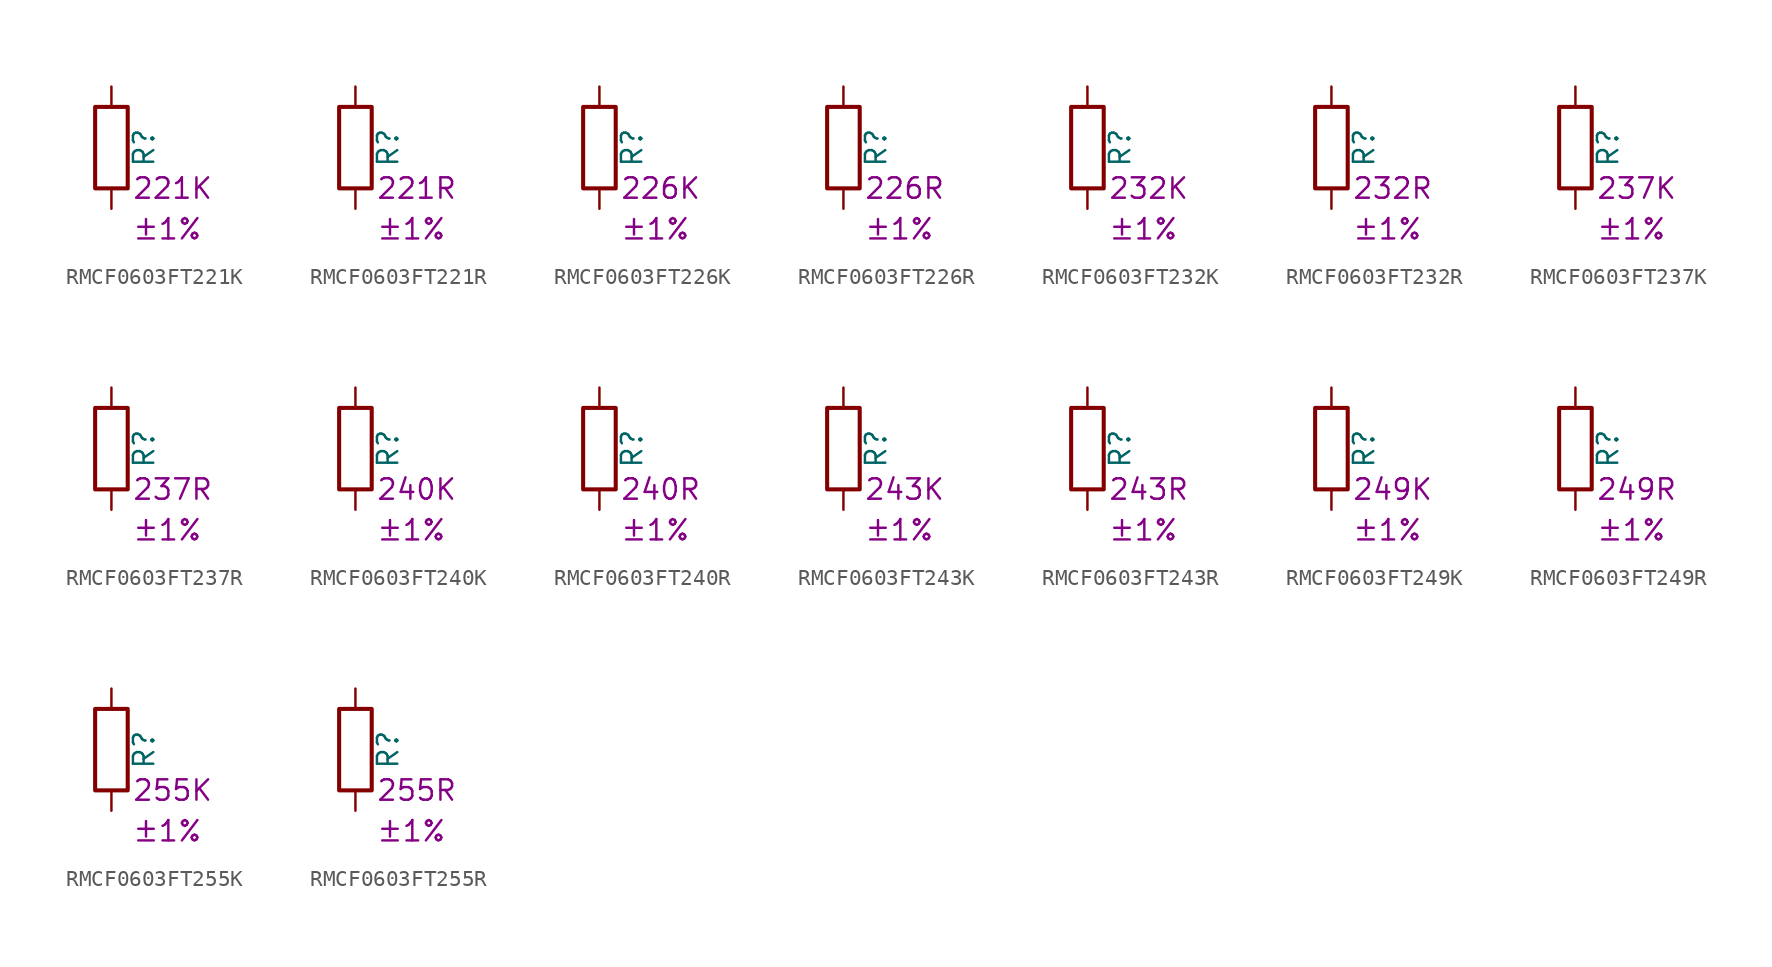
<source format=kicad_sym>
(kicad_symbol_lib
  (version 20220914)
  (generator kicad_symbol_editor)
  (symbol "RMCF0603FT221K"
    (pin_numbers hide)
    (pin_names
      (offset 0))
    (property "Reference" "R"
      (at 2.032 0 90)
      (effects (font (size 1.27 1.27))))
    (property "Resistance" "221K"
      (at 1.27 -2.54 0)
      (effects (font (size 1.27 1.27)) (justify left)))
    (property "Tolerance" "±1%"
      (at 1.27 -5.08 0)
      (effects (font (size 1.27 1.27)) (justify left)))
    (symbol "RMCF0603FT221K_0_1"
      (rectangle (start -1.016 -2.54) (end 1.016 2.54) (stroke (width 0.254) (type default)) (fill (type none))))
    (symbol "RMCF0603FT221K_1_1"
      (pin passive line (at 0 3.81 270) (length 1.27) (name "~" (effects (font (size 1.27 1.27)))) (number "1" (effects (font (size 1.27 1.27)))))
      (pin passive line (at 0 -3.81 90) (length 1.27) (name "~" (effects (font (size 1.27 1.27)))) (number "2" (effects (font (size 1.27 1.27)))))))
  (symbol "RMCF0603FT221R"
    (pin_numbers hide)
    (pin_names
      (offset 0))
    (property "Reference" "R"
      (at 2.032 0 90)
      (effects (font (size 1.27 1.27))))
    (property "Resistance" "221R"
      (at 1.27 -2.54 0)
      (effects (font (size 1.27 1.27)) (justify left)))
    (property "Tolerance" "±1%"
      (at 1.27 -5.08 0)
      (effects (font (size 1.27 1.27)) (justify left)))
    (symbol "RMCF0603FT221R_0_1"
      (rectangle (start -1.016 -2.54) (end 1.016 2.54) (stroke (width 0.254) (type default)) (fill (type none))))
    (symbol "RMCF0603FT221R_1_1"
      (pin passive line (at 0 3.81 270) (length 1.27) (name "~" (effects (font (size 1.27 1.27)))) (number "1" (effects (font (size 1.27 1.27)))))
      (pin passive line (at 0 -3.81 90) (length 1.27) (name "~" (effects (font (size 1.27 1.27)))) (number "2" (effects (font (size 1.27 1.27)))))))
  (symbol "RMCF0603FT226K"
    (pin_numbers hide)
    (pin_names
      (offset 0))
    (property "Reference" "R"
      (at 2.032 0 90)
      (effects (font (size 1.27 1.27))))
    (property "Resistance" "226K"
      (at 1.27 -2.54 0)
      (effects (font (size 1.27 1.27)) (justify left)))
    (property "Tolerance" "±1%"
      (at 1.27 -5.08 0)
      (effects (font (size 1.27 1.27)) (justify left)))
    (symbol "RMCF0603FT226K_0_1"
      (rectangle (start -1.016 -2.54) (end 1.016 2.54) (stroke (width 0.254) (type default)) (fill (type none))))
    (symbol "RMCF0603FT226K_1_1"
      (pin passive line (at 0 3.81 270) (length 1.27) (name "~" (effects (font (size 1.27 1.27)))) (number "1" (effects (font (size 1.27 1.27)))))
      (pin passive line (at 0 -3.81 90) (length 1.27) (name "~" (effects (font (size 1.27 1.27)))) (number "2" (effects (font (size 1.27 1.27)))))))
  (symbol "RMCF0603FT226R"
    (pin_numbers hide)
    (pin_names
      (offset 0))
    (property "Reference" "R"
      (at 2.032 0 90)
      (effects (font (size 1.27 1.27))))
    (property "Resistance" "226R"
      (at 1.27 -2.54 0)
      (effects (font (size 1.27 1.27)) (justify left)))
    (property "Tolerance" "±1%"
      (at 1.27 -5.08 0)
      (effects (font (size 1.27 1.27)) (justify left)))
    (symbol "RMCF0603FT226R_0_1"
      (rectangle (start -1.016 -2.54) (end 1.016 2.54) (stroke (width 0.254) (type default)) (fill (type none))))
    (symbol "RMCF0603FT226R_1_1"
      (pin passive line (at 0 3.81 270) (length 1.27) (name "~" (effects (font (size 1.27 1.27)))) (number "1" (effects (font (size 1.27 1.27)))))
      (pin passive line (at 0 -3.81 90) (length 1.27) (name "~" (effects (font (size 1.27 1.27)))) (number "2" (effects (font (size 1.27 1.27)))))))
  (symbol "RMCF0603FT232K"
    (pin_numbers hide)
    (pin_names
      (offset 0))
    (property "Reference" "R"
      (at 2.032 0 90)
      (effects (font (size 1.27 1.27))))
    (property "Resistance" "232K"
      (at 1.27 -2.54 0)
      (effects (font (size 1.27 1.27)) (justify left)))
    (property "Tolerance" "±1%"
      (at 1.27 -5.08 0)
      (effects (font (size 1.27 1.27)) (justify left)))
    (symbol "RMCF0603FT232K_0_1"
      (rectangle (start -1.016 -2.54) (end 1.016 2.54) (stroke (width 0.254) (type default)) (fill (type none))))
    (symbol "RMCF0603FT232K_1_1"
      (pin passive line (at 0 3.81 270) (length 1.27) (name "~" (effects (font (size 1.27 1.27)))) (number "1" (effects (font (size 1.27 1.27)))))
      (pin passive line (at 0 -3.81 90) (length 1.27) (name "~" (effects (font (size 1.27 1.27)))) (number "2" (effects (font (size 1.27 1.27)))))))
  (symbol "RMCF0603FT232R"
    (pin_numbers hide)
    (pin_names
      (offset 0))
    (property "Reference" "R"
      (at 2.032 0 90)
      (effects (font (size 1.27 1.27))))
    (property "Resistance" "232R"
      (at 1.27 -2.54 0)
      (effects (font (size 1.27 1.27)) (justify left)))
    (property "Tolerance" "±1%"
      (at 1.27 -5.08 0)
      (effects (font (size 1.27 1.27)) (justify left)))
    (symbol "RMCF0603FT232R_0_1"
      (rectangle (start -1.016 -2.54) (end 1.016 2.54) (stroke (width 0.254) (type default)) (fill (type none))))
    (symbol "RMCF0603FT232R_1_1"
      (pin passive line (at 0 3.81 270) (length 1.27) (name "~" (effects (font (size 1.27 1.27)))) (number "1" (effects (font (size 1.27 1.27)))))
      (pin passive line (at 0 -3.81 90) (length 1.27) (name "~" (effects (font (size 1.27 1.27)))) (number "2" (effects (font (size 1.27 1.27)))))))
  (symbol "RMCF0603FT237K"
    (pin_numbers hide)
    (pin_names
      (offset 0))
    (property "Reference" "R"
      (at 2.032 0 90)
      (effects (font (size 1.27 1.27))))
    (property "Resistance" "237K"
      (at 1.27 -2.54 0)
      (effects (font (size 1.27 1.27)) (justify left)))
    (property "Tolerance" "±1%"
      (at 1.27 -5.08 0)
      (effects (font (size 1.27 1.27)) (justify left)))
    (symbol "RMCF0603FT237K_0_1"
      (rectangle (start -1.016 -2.54) (end 1.016 2.54) (stroke (width 0.254) (type default)) (fill (type none))))
    (symbol "RMCF0603FT237K_1_1"
      (pin passive line (at 0 3.81 270) (length 1.27) (name "~" (effects (font (size 1.27 1.27)))) (number "1" (effects (font (size 1.27 1.27)))))
      (pin passive line (at 0 -3.81 90) (length 1.27) (name "~" (effects (font (size 1.27 1.27)))) (number "2" (effects (font (size 1.27 1.27)))))))
  (symbol "RMCF0603FT237R"
    (pin_numbers hide)
    (pin_names
      (offset 0))
    (property "Reference" "R"
      (at 2.032 0 90)
      (effects (font (size 1.27 1.27))))
    (property "Resistance" "237R"
      (at 1.27 -2.54 0)
      (effects (font (size 1.27 1.27)) (justify left)))
    (property "Tolerance" "±1%"
      (at 1.27 -5.08 0)
      (effects (font (size 1.27 1.27)) (justify left)))
    (symbol "RMCF0603FT237R_0_1"
      (rectangle (start -1.016 -2.54) (end 1.016 2.54) (stroke (width 0.254) (type default)) (fill (type none))))
    (symbol "RMCF0603FT237R_1_1"
      (pin passive line (at 0 3.81 270) (length 1.27) (name "~" (effects (font (size 1.27 1.27)))) (number "1" (effects (font (size 1.27 1.27)))))
      (pin passive line (at 0 -3.81 90) (length 1.27) (name "~" (effects (font (size 1.27 1.27)))) (number "2" (effects (font (size 1.27 1.27)))))))
  (symbol "RMCF0603FT240K"
    (pin_numbers hide)
    (pin_names
      (offset 0))
    (property "Reference" "R"
      (at 2.032 0 90)
      (effects (font (size 1.27 1.27))))
    (property "Resistance" "240K"
      (at 1.27 -2.54 0)
      (effects (font (size 1.27 1.27)) (justify left)))
    (property "Tolerance" "±1%"
      (at 1.27 -5.08 0)
      (effects (font (size 1.27 1.27)) (justify left)))
    (symbol "RMCF0603FT240K_0_1"
      (rectangle (start -1.016 -2.54) (end 1.016 2.54) (stroke (width 0.254) (type default)) (fill (type none))))
    (symbol "RMCF0603FT240K_1_1"
      (pin passive line (at 0 3.81 270) (length 1.27) (name "~" (effects (font (size 1.27 1.27)))) (number "1" (effects (font (size 1.27 1.27)))))
      (pin passive line (at 0 -3.81 90) (length 1.27) (name "~" (effects (font (size 1.27 1.27)))) (number "2" (effects (font (size 1.27 1.27)))))))
  (symbol "RMCF0603FT240R"
    (pin_numbers hide)
    (pin_names
      (offset 0))
    (property "Reference" "R"
      (at 2.032 0 90)
      (effects (font (size 1.27 1.27))))
    (property "Resistance" "240R"
      (at 1.27 -2.54 0)
      (effects (font (size 1.27 1.27)) (justify left)))
    (property "Tolerance" "±1%"
      (at 1.27 -5.08 0)
      (effects (font (size 1.27 1.27)) (justify left)))
    (symbol "RMCF0603FT240R_0_1"
      (rectangle (start -1.016 -2.54) (end 1.016 2.54) (stroke (width 0.254) (type default)) (fill (type none))))
    (symbol "RMCF0603FT240R_1_1"
      (pin passive line (at 0 3.81 270) (length 1.27) (name "~" (effects (font (size 1.27 1.27)))) (number "1" (effects (font (size 1.27 1.27)))))
      (pin passive line (at 0 -3.81 90) (length 1.27) (name "~" (effects (font (size 1.27 1.27)))) (number "2" (effects (font (size 1.27 1.27)))))))
  (symbol "RMCF0603FT243K"
    (pin_numbers hide)
    (pin_names
      (offset 0))
    (property "Reference" "R"
      (at 2.032 0 90)
      (effects (font (size 1.27 1.27))))
    (property "Resistance" "243K"
      (at 1.27 -2.54 0)
      (effects (font (size 1.27 1.27)) (justify left)))
    (property "Tolerance" "±1%"
      (at 1.27 -5.08 0)
      (effects (font (size 1.27 1.27)) (justify left)))
    (symbol "RMCF0603FT243K_0_1"
      (rectangle (start -1.016 -2.54) (end 1.016 2.54) (stroke (width 0.254) (type default)) (fill (type none))))
    (symbol "RMCF0603FT243K_1_1"
      (pin passive line (at 0 3.81 270) (length 1.27) (name "~" (effects (font (size 1.27 1.27)))) (number "1" (effects (font (size 1.27 1.27)))))
      (pin passive line (at 0 -3.81 90) (length 1.27) (name "~" (effects (font (size 1.27 1.27)))) (number "2" (effects (font (size 1.27 1.27)))))))
  (symbol "RMCF0603FT243R"
    (pin_numbers hide)
    (pin_names
      (offset 0))
    (property "Reference" "R"
      (at 2.032 0 90)
      (effects (font (size 1.27 1.27))))
    (property "Resistance" "243R"
      (at 1.27 -2.54 0)
      (effects (font (size 1.27 1.27)) (justify left)))
    (property "Tolerance" "±1%"
      (at 1.27 -5.08 0)
      (effects (font (size 1.27 1.27)) (justify left)))
    (symbol "RMCF0603FT243R_0_1"
      (rectangle (start -1.016 -2.54) (end 1.016 2.54) (stroke (width 0.254) (type default)) (fill (type none))))
    (symbol "RMCF0603FT243R_1_1"
      (pin passive line (at 0 3.81 270) (length 1.27) (name "~" (effects (font (size 1.27 1.27)))) (number "1" (effects (font (size 1.27 1.27)))))
      (pin passive line (at 0 -3.81 90) (length 1.27) (name "~" (effects (font (size 1.27 1.27)))) (number "2" (effects (font (size 1.27 1.27)))))))
  (symbol "RMCF0603FT249K"
    (pin_numbers hide)
    (pin_names
      (offset 0))
    (property "Reference" "R"
      (at 2.032 0 90)
      (effects (font (size 1.27 1.27))))
    (property "Resistance" "249K"
      (at 1.27 -2.54 0)
      (effects (font (size 1.27 1.27)) (justify left)))
    (property "Tolerance" "±1%"
      (at 1.27 -5.08 0)
      (effects (font (size 1.27 1.27)) (justify left)))
    (symbol "RMCF0603FT249K_0_1"
      (rectangle (start -1.016 -2.54) (end 1.016 2.54) (stroke (width 0.254) (type default)) (fill (type none))))
    (symbol "RMCF0603FT249K_1_1"
      (pin passive line (at 0 3.81 270) (length 1.27) (name "~" (effects (font (size 1.27 1.27)))) (number "1" (effects (font (size 1.27 1.27)))))
      (pin passive line (at 0 -3.81 90) (length 1.27) (name "~" (effects (font (size 1.27 1.27)))) (number "2" (effects (font (size 1.27 1.27)))))))
  (symbol "RMCF0603FT249R"
    (pin_numbers hide)
    (pin_names
      (offset 0))
    (property "Reference" "R"
      (at 2.032 0 90)
      (effects (font (size 1.27 1.27))))
    (property "Resistance" "249R"
      (at 1.27 -2.54 0)
      (effects (font (size 1.27 1.27)) (justify left)))
    (property "Tolerance" "±1%"
      (at 1.27 -5.08 0)
      (effects (font (size 1.27 1.27)) (justify left)))
    (symbol "RMCF0603FT249R_0_1"
      (rectangle (start -1.016 -2.54) (end 1.016 2.54) (stroke (width 0.254) (type default)) (fill (type none))))
    (symbol "RMCF0603FT249R_1_1"
      (pin passive line (at 0 3.81 270) (length 1.27) (name "~" (effects (font (size 1.27 1.27)))) (number "1" (effects (font (size 1.27 1.27)))))
      (pin passive line (at 0 -3.81 90) (length 1.27) (name "~" (effects (font (size 1.27 1.27)))) (number "2" (effects (font (size 1.27 1.27)))))))
  (symbol "RMCF0603FT255K"
    (pin_numbers hide)
    (pin_names
      (offset 0))
    (property "Reference" "R"
      (at 2.032 0 90)
      (effects (font (size 1.27 1.27))))
    (property "Resistance" "255K"
      (at 1.27 -2.54 0)
      (effects (font (size 1.27 1.27)) (justify left)))
    (property "Tolerance" "±1%"
      (at 1.27 -5.08 0)
      (effects (font (size 1.27 1.27)) (justify left)))
    (symbol "RMCF0603FT255K_0_1"
      (rectangle (start -1.016 -2.54) (end 1.016 2.54) (stroke (width 0.254) (type default)) (fill (type none))))
    (symbol "RMCF0603FT255K_1_1"
      (pin passive line (at 0 3.81 270) (length 1.27) (name "~" (effects (font (size 1.27 1.27)))) (number "1" (effects (font (size 1.27 1.27)))))
      (pin passive line (at 0 -3.81 90) (length 1.27) (name "~" (effects (font (size 1.27 1.27)))) (number "2" (effects (font (size 1.27 1.27)))))))
  (symbol "RMCF0603FT255R"
    (pin_numbers hide)
    (pin_names
      (offset 0))
    (property "Reference" "R"
      (at 2.032 0 90)
      (effects (font (size 1.27 1.27))))
    (property "Resistance" "255R"
      (at 1.27 -2.54 0)
      (effects (font (size 1.27 1.27)) (justify left)))
    (property "Tolerance" "±1%"
      (at 1.27 -5.08 0)
      (effects (font (size 1.27 1.27)) (justify left)))
    (symbol "RMCF0603FT255R_0_1"
      (rectangle (start -1.016 -2.54) (end 1.016 2.54) (stroke (width 0.254) (type default)) (fill (type none))))
    (symbol "RMCF0603FT255R_1_1"
      (pin passive line (at 0 3.81 270) (length 1.27) (name "~" (effects (font (size 1.27 1.27)))) (number "1" (effects (font (size 1.27 1.27)))))
      (pin passive line (at 0 -3.81 90) (length 1.27) (name "~" (effects (font (size 1.27 1.27)))) (number "2" (effects (font (size 1.27 1.27))))))))
</source>
